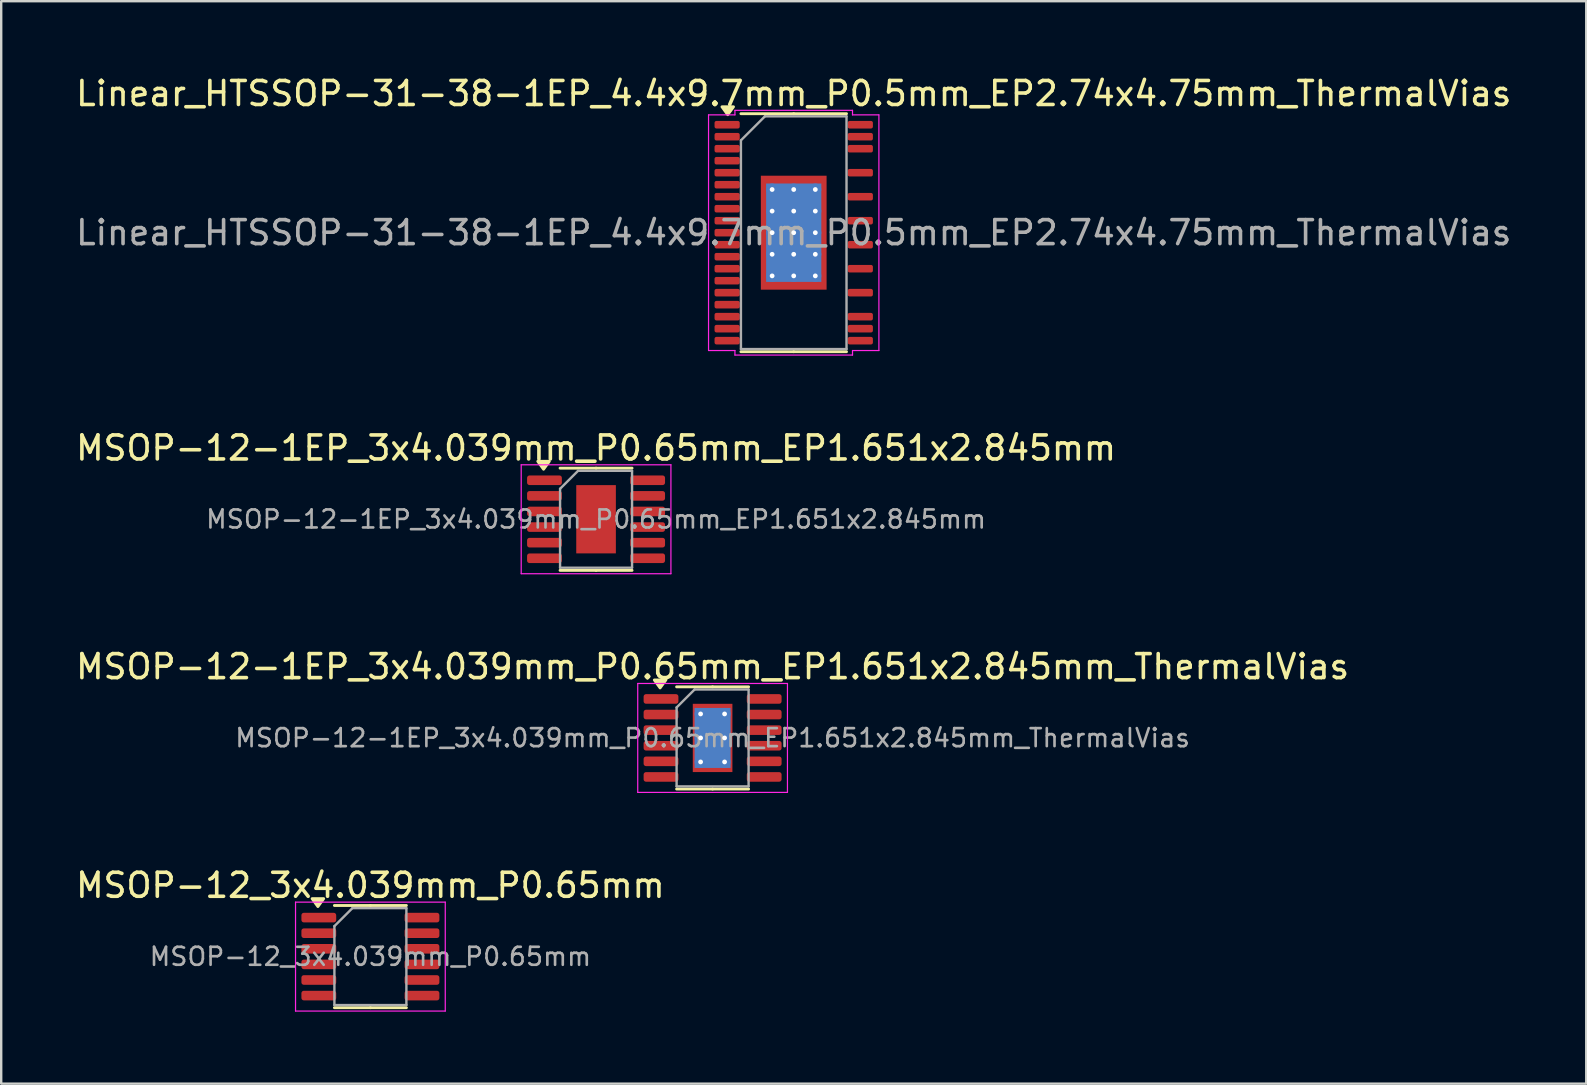
<source format=kicad_pcb>
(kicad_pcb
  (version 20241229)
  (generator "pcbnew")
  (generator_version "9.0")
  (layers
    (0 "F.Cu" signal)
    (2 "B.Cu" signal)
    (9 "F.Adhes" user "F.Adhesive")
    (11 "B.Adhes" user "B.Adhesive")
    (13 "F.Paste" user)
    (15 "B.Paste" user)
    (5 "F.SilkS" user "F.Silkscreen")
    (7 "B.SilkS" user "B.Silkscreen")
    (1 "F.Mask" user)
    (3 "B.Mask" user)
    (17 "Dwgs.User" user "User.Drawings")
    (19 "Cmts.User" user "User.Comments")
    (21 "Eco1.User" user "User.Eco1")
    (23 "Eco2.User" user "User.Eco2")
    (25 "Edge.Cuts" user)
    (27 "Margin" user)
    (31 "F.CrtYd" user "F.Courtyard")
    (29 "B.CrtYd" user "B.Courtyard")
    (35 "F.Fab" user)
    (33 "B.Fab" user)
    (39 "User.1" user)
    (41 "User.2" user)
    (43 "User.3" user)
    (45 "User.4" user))
  (footprint "MSOP-12_3x4.039mm_P0.65mm"
    (layer "F.Cu")
    (at 12.387 36.818)
    (property "Reference" "MSOP-12_3x4.039mm_P0.65mm" (at 0 -2.97 0) (layer "F.SilkS") (effects (font (size 1 1) (thickness 0.15))))
    (attr smd)
    (fp_line (start 0 -2.13) (end -1.5 -2.13) (stroke (width 0.12) (type solid)) (layer "F.SilkS"))
    (fp_line (start 0 -2.13) (end 1.5 -2.13) (stroke (width 0.12) (type solid)) (layer "F.SilkS"))
    (fp_line (start 0 2.13) (end -1.5 2.13) (stroke (width 0.12) (type solid)) (layer "F.SilkS"))
    (fp_line (start 0 2.13) (end 1.5 2.13) (stroke (width 0.12) (type solid)) (layer "F.SilkS"))
    (fp_poly (pts (xy -2.188 -2.085) (xy -2.428 -2.415) (xy -1.948 -2.415) (xy -2.188 -2.085)) (stroke (width 0.12) (type solid)) (fill yes) (layer "F.SilkS"))
    (fp_line (start -3.12 -2.27) (end -3.12 2.27) (stroke (width 0.05) (type solid)) (layer "F.CrtYd"))
    (fp_line (start -3.12 2.27) (end 3.12 2.27) (stroke (width 0.05) (type solid)) (layer "F.CrtYd"))
    (fp_line (start 3.12 -2.27) (end -3.12 -2.27) (stroke (width 0.05) (type solid)) (layer "F.CrtYd"))
    (fp_line (start 3.12 2.27) (end 3.12 -2.27) (stroke (width 0.05) (type solid)) (layer "F.CrtYd"))
    (fp_line (start -1.5 -1.27) (end -0.75 -2.019) (stroke (width 0.1) (type solid)) (layer "F.Fab"))
    (fp_line (start -1.5 2.019) (end -1.5 -1.27) (stroke (width 0.1) (type solid)) (layer "F.Fab"))
    (fp_line (start -0.75 -2.019) (end 1.5 -2.019) (stroke (width 0.1) (type solid)) (layer "F.Fab"))
    (fp_line (start 1.5 -2.019) (end 1.5 2.019) (stroke (width 0.1) (type solid)) (layer "F.Fab"))
    (fp_line (start 1.5 2.019) (end -1.5 2.019) (stroke (width 0.1) (type solid)) (layer "F.Fab"))
    (fp_text user "${REFERENCE}" (at 0 0 0) (layer "F.Fab") (effects (font (size 0.75 0.75) (thickness 0.11))))
    (pad "1" smd roundrect (at -2.15 -1.625) (size 1.45 0.4) (layers "F.Cu" "F.Mask" "F.Paste") (roundrect_rratio 0.25))
    (pad "2" smd roundrect (at -2.15 -0.975) (size 1.45 0.4) (layers "F.Cu" "F.Mask" "F.Paste") (roundrect_rratio 0.25))
    (pad "3" smd roundrect (at -2.15 -0.325) (size 1.45 0.4) (layers "F.Cu" "F.Mask" "F.Paste") (roundrect_rratio 0.25))
    (pad "4" smd roundrect (at -2.15 0.325) (size 1.45 0.4) (layers "F.Cu" "F.Mask" "F.Paste") (roundrect_rratio 0.25))
    (pad "5" smd roundrect (at -2.15 0.975) (size 1.45 0.4) (layers "F.Cu" "F.Mask" "F.Paste") (roundrect_rratio 0.25))
    (pad "6" smd roundrect (at -2.15 1.625) (size 1.45 0.4) (layers "F.Cu" "F.Mask" "F.Paste") (roundrect_rratio 0.25))
    (pad "7" smd roundrect (at 2.15 1.625) (size 1.45 0.4) (layers "F.Cu" "F.Mask" "F.Paste") (roundrect_rratio 0.25))
    (pad "8" smd roundrect (at 2.15 0.975) (size 1.45 0.4) (layers "F.Cu" "F.Mask" "F.Paste") (roundrect_rratio 0.25))
    (pad "9" smd roundrect (at 2.15 0.325) (size 1.45 0.4) (layers "F.Cu" "F.Mask" "F.Paste") (roundrect_rratio 0.25))
    (pad "10" smd roundrect (at 2.15 -0.325) (size 1.45 0.4) (layers "F.Cu" "F.Mask" "F.Paste") (roundrect_rratio 0.25))
    (pad "11" smd roundrect (at 2.15 -0.975) (size 1.45 0.4) (layers "F.Cu" "F.Mask" "F.Paste") (roundrect_rratio 0.25))
    (pad "12" smd roundrect (at 2.15 -1.625) (size 1.45 0.4) (layers "F.Cu" "F.Mask" "F.Paste") (roundrect_rratio 0.25)))
  (footprint "MSOP-12-1EP_3x4.039mm_P0.65mm_EP1.651x2.845mm"
    (layer "F.Cu")
    (at 21.792 18.591)
    (property "Reference" "MSOP-12-1EP_3x4.039mm_P0.65mm_EP1.651x2.845mm" (at 0 -2.97 0) (layer "F.SilkS") (effects (font (size 1 1) (thickness 0.15))))
    (attr smd)
    (fp_line (start 0 -2.13) (end -1.5 -2.13) (stroke (width 0.12) (type solid)) (layer "F.SilkS"))
    (fp_line (start 0 -2.13) (end 1.5 -2.13) (stroke (width 0.12) (type solid)) (layer "F.SilkS"))
    (fp_line (start 0 2.13) (end -1.5 2.13) (stroke (width 0.12) (type solid)) (layer "F.SilkS"))
    (fp_line (start 0 2.13) (end 1.5 2.13) (stroke (width 0.12) (type solid)) (layer "F.SilkS"))
    (fp_poly (pts (xy -2.188 -2.085) (xy -2.428 -2.415) (xy -1.948 -2.415) (xy -2.188 -2.085)) (stroke (width 0.12) (type solid)) (fill yes) (layer "F.SilkS"))
    (fp_line (start -3.12 -2.27) (end -3.12 2.27) (stroke (width 0.05) (type solid)) (layer "F.CrtYd"))
    (fp_line (start -3.12 2.27) (end 3.12 2.27) (stroke (width 0.05) (type solid)) (layer "F.CrtYd"))
    (fp_line (start 3.12 -2.27) (end -3.12 -2.27) (stroke (width 0.05) (type solid)) (layer "F.CrtYd"))
    (fp_line (start 3.12 2.27) (end 3.12 -2.27) (stroke (width 0.05) (type solid)) (layer "F.CrtYd"))
    (fp_line (start -1.5 -1.27) (end -0.75 -2.019) (stroke (width 0.1) (type solid)) (layer "F.Fab"))
    (fp_line (start -1.5 2.019) (end -1.5 -1.27) (stroke (width 0.1) (type solid)) (layer "F.Fab"))
    (fp_line (start -0.75 -2.019) (end 1.5 -2.019) (stroke (width 0.1) (type solid)) (layer "F.Fab"))
    (fp_line (start 1.5 -2.019) (end 1.5 2.019) (stroke (width 0.1) (type solid)) (layer "F.Fab"))
    (fp_line (start 1.5 2.019) (end -1.5 2.019) (stroke (width 0.1) (type solid)) (layer "F.Fab"))
    (fp_text user "${REFERENCE}" (at 0 0 0) (layer "F.Fab") (effects (font (size 0.75 0.75) (thickness 0.11))))
    (pad "" smd roundrect (at -0.415 -0.71) (size 0.67 1.15) (layers "F.Paste") (roundrect_rratio 0.25))
    (pad "" smd roundrect (at -0.415 0.71) (size 0.67 1.15) (layers "F.Paste") (roundrect_rratio 0.25))
    (pad "" smd roundrect (at 0.415 -0.71) (size 0.67 1.15) (layers "F.Paste") (roundrect_rratio 0.25))
    (pad "" smd roundrect (at 0.415 0.71) (size 0.67 1.15) (layers "F.Paste") (roundrect_rratio 0.25))
    (pad "1" smd roundrect (at -2.15 -1.625) (size 1.45 0.4) (layers "F.Cu" "F.Mask" "F.Paste") (roundrect_rratio 0.25))
    (pad "2" smd roundrect (at -2.15 -0.975) (size 1.45 0.4) (layers "F.Cu" "F.Mask" "F.Paste") (roundrect_rratio 0.25))
    (pad "3" smd roundrect (at -2.15 -0.325) (size 1.45 0.4) (layers "F.Cu" "F.Mask" "F.Paste") (roundrect_rratio 0.25))
    (pad "4" smd roundrect (at -2.15 0.325) (size 1.45 0.4) (layers "F.Cu" "F.Mask" "F.Paste") (roundrect_rratio 0.25))
    (pad "5" smd roundrect (at -2.15 0.975) (size 1.45 0.4) (layers "F.Cu" "F.Mask" "F.Paste") (roundrect_rratio 0.25))
    (pad "6" smd roundrect (at -2.15 1.625) (size 1.45 0.4) (layers "F.Cu" "F.Mask" "F.Paste") (roundrect_rratio 0.25))
    (pad "7" smd roundrect (at 2.15 1.625) (size 1.45 0.4) (layers "F.Cu" "F.Mask" "F.Paste") (roundrect_rratio 0.25))
    (pad "8" smd roundrect (at 2.15 0.975) (size 1.45 0.4) (layers "F.Cu" "F.Mask" "F.Paste") (roundrect_rratio 0.25))
    (pad "9" smd roundrect (at 2.15 0.325) (size 1.45 0.4) (layers "F.Cu" "F.Mask" "F.Paste") (roundrect_rratio 0.25))
    (pad "10" smd roundrect (at 2.15 -0.325) (size 1.45 0.4) (layers "F.Cu" "F.Mask" "F.Paste") (roundrect_rratio 0.25))
    (pad "11" smd roundrect (at 2.15 -0.975) (size 1.45 0.4) (layers "F.Cu" "F.Mask" "F.Paste") (roundrect_rratio 0.25))
    (pad "12" smd roundrect (at 2.15 -1.625) (size 1.45 0.4) (layers "F.Cu" "F.Mask" "F.Paste") (roundrect_rratio 0.25))
    (pad "13" smd rect (at 0 0) (size 1.651 2.845) (property pad_prop_heatsink) (layers "F.Cu" "F.Mask")))
  (footprint "MSOP-12-1EP_3x4.039mm_P0.65mm_EP1.651x2.845mm_ThermalVias"
    (layer "F.Cu")
    (at 26.649 27.705)
    (property "Reference" "MSOP-12-1EP_3x4.039mm_P0.65mm_EP1.651x2.845mm_ThermalVias" (at 0 -2.97 0) (layer "F.SilkS") (effects (font (size 1 1) (thickness 0.15))))
    (attr smd)
    (fp_line (start 0 -2.13) (end -1.5 -2.13) (stroke (width 0.12) (type solid)) (layer "F.SilkS"))
    (fp_line (start 0 -2.13) (end 1.5 -2.13) (stroke (width 0.12) (type solid)) (layer "F.SilkS"))
    (fp_line (start 0 2.13) (end -1.5 2.13) (stroke (width 0.12) (type solid)) (layer "F.SilkS"))
    (fp_line (start 0 2.13) (end 1.5 2.13) (stroke (width 0.12) (type solid)) (layer "F.SilkS"))
    (fp_poly (pts (xy -2.188 -2.085) (xy -2.428 -2.415) (xy -1.948 -2.415) (xy -2.188 -2.085)) (stroke (width 0.12) (type solid)) (fill yes) (layer "F.SilkS"))
    (fp_line (start -3.12 -2.27) (end -3.12 2.27) (stroke (width 0.05) (type solid)) (layer "F.CrtYd"))
    (fp_line (start -3.12 2.27) (end 3.12 2.27) (stroke (width 0.05) (type solid)) (layer "F.CrtYd"))
    (fp_line (start 3.12 -2.27) (end -3.12 -2.27) (stroke (width 0.05) (type solid)) (layer "F.CrtYd"))
    (fp_line (start 3.12 2.27) (end 3.12 -2.27) (stroke (width 0.05) (type solid)) (layer "F.CrtYd"))
    (fp_line (start -1.5 -1.27) (end -0.75 -2.019) (stroke (width 0.1) (type solid)) (layer "F.Fab"))
    (fp_line (start -1.5 2.019) (end -1.5 -1.27) (stroke (width 0.1) (type solid)) (layer "F.Fab"))
    (fp_line (start -0.75 -2.019) (end 1.5 -2.019) (stroke (width 0.1) (type solid)) (layer "F.Fab"))
    (fp_line (start 1.5 -2.019) (end 1.5 2.019) (stroke (width 0.1) (type solid)) (layer "F.Fab"))
    (fp_line (start 1.5 2.019) (end -1.5 2.019) (stroke (width 0.1) (type solid)) (layer "F.Fab"))
    (fp_text user "${REFERENCE}" (at 0 0 0) (layer "F.Fab") (effects (font (size 0.75 0.75) (thickness 0.11))))
    (pad "" smd roundrect (at -0.415 -0.71) (size 0.69 1.19) (layers "F.Paste") (roundrect_rratio 0.25))
    (pad "" smd roundrect (at -0.415 0.71) (size 0.69 1.19) (layers "F.Paste") (roundrect_rratio 0.25))
    (pad "" smd roundrect (at 0.415 -0.71) (size 0.69 1.19) (layers "F.Paste") (roundrect_rratio 0.25))
    (pad "" smd roundrect (at 0.415 0.71) (size 0.69 1.19) (layers "F.Paste") (roundrect_rratio 0.25))
    (pad "1" smd roundrect (at -2.15 -1.625) (size 1.45 0.4) (layers "F.Cu" "F.Mask" "F.Paste") (roundrect_rratio 0.25))
    (pad "2" smd roundrect (at -2.15 -0.975) (size 1.45 0.4) (layers "F.Cu" "F.Mask" "F.Paste") (roundrect_rratio 0.25))
    (pad "3" smd roundrect (at -2.15 -0.325) (size 1.45 0.4) (layers "F.Cu" "F.Mask" "F.Paste") (roundrect_rratio 0.25))
    (pad "4" smd roundrect (at -2.15 0.325) (size 1.45 0.4) (layers "F.Cu" "F.Mask" "F.Paste") (roundrect_rratio 0.25))
    (pad "5" smd roundrect (at -2.15 0.975) (size 1.45 0.4) (layers "F.Cu" "F.Mask" "F.Paste") (roundrect_rratio 0.25))
    (pad "6" smd roundrect (at -2.15 1.625) (size 1.45 0.4) (layers "F.Cu" "F.Mask" "F.Paste") (roundrect_rratio 0.25))
    (pad "7" smd roundrect (at 2.15 1.625) (size 1.45 0.4) (layers "F.Cu" "F.Mask" "F.Paste") (roundrect_rratio 0.25))
    (pad "8" smd roundrect (at 2.15 0.975) (size 1.45 0.4) (layers "F.Cu" "F.Mask" "F.Paste") (roundrect_rratio 0.25))
    (pad "9" smd roundrect (at 2.15 0.325) (size 1.45 0.4) (layers "F.Cu" "F.Mask" "F.Paste") (roundrect_rratio 0.25))
    (pad "10" smd roundrect (at 2.15 -0.325) (size 1.45 0.4) (layers "F.Cu" "F.Mask" "F.Paste") (roundrect_rratio 0.25))
    (pad "11" smd roundrect (at 2.15 -0.975) (size 1.45 0.4) (layers "F.Cu" "F.Mask" "F.Paste") (roundrect_rratio 0.25))
    (pad "12" smd roundrect (at 2.15 -1.625) (size 1.45 0.4) (layers "F.Cu" "F.Mask" "F.Paste") (roundrect_rratio 0.25))
    (pad "13" thru_hole circle (at -0.5 -1) (size 0.5 0.5) (drill 0.2) (property pad_prop_heatsink) (layers "*.Cu"))
    (pad "13" thru_hole circle (at -0.5 0) (size 0.5 0.5) (drill 0.2) (property pad_prop_heatsink) (layers "*.Cu"))
    (pad "13" thru_hole circle (at -0.5 1) (size 0.5 0.5) (drill 0.2) (property pad_prop_heatsink) (layers "*.Cu"))
    (pad "13" smd rect (at 0 0) (size 1.5 2.5) (property pad_prop_heatsink) (layers "B.Cu"))
    (pad "13" smd rect (at 0 0) (size 1.651 2.845) (property pad_prop_heatsink) (layers "F.Cu" "F.Mask"))
    (pad "13" thru_hole circle (at 0.5 -1) (size 0.5 0.5) (drill 0.2) (property pad_prop_heatsink) (layers "*.Cu"))
    (pad "13" thru_hole circle (at 0.5 0) (size 0.5 0.5) (drill 0.2) (property pad_prop_heatsink) (layers "*.Cu"))
    (pad "13" thru_hole circle (at 0.5 1) (size 0.5 0.5) (drill 0.2) (property pad_prop_heatsink) (layers "*.Cu")))
  (footprint "Linear_HTSSOP-31-38-1EP_4.4x9.7mm_P0.5mm_EP2.74x4.75mm_ThermalVias"
    (layer "F.Cu")
    (at 30.03 6.648)
    (property "Reference" "Linear_HTSSOP-31-38-1EP_4.4x9.7mm_P0.5mm_EP2.74x4.75mm_ThermalVias" (at 0 -5.8 0) (layer "F.SilkS") (effects (font (size 1 1) (thickness 0.15))))
    (attr smd)
    (fp_line (start 0 -4.96) (end -2.2 -4.96) (stroke (width 0.12) (type solid)) (layer "F.SilkS"))
    (fp_line (start 0 -4.96) (end 2.2 -4.96) (stroke (width 0.12) (type solid)) (layer "F.SilkS"))
    (fp_line (start 0 4.96) (end -2.2 4.96) (stroke (width 0.12) (type solid)) (layer "F.SilkS"))
    (fp_line (start 0 4.96) (end 2.2 4.96) (stroke (width 0.12) (type solid)) (layer "F.SilkS"))
    (fp_poly (pts (xy -2.75 -4.918) (xy -2.99 -5.247) (xy -2.51 -5.247)) (stroke (width 0.12) (type solid)) (fill yes) (layer "F.SilkS"))
    (fp_line (start -3.55 -4.91) (end -2.45 -4.91) (stroke (width 0.05) (type solid)) (layer "F.CrtYd"))
    (fp_line (start -3.55 4.91) (end -3.55 -4.91) (stroke (width 0.05) (type solid)) (layer "F.CrtYd"))
    (fp_line (start -2.45 -5.1) (end 2.45 -5.1) (stroke (width 0.05) (type solid)) (layer "F.CrtYd"))
    (fp_line (start -2.45 -4.91) (end -2.45 -5.1) (stroke (width 0.05) (type solid)) (layer "F.CrtYd"))
    (fp_line (start -2.45 4.91) (end -3.55 4.91) (stroke (width 0.05) (type solid)) (layer "F.CrtYd"))
    (fp_line (start -2.45 5.1) (end -2.45 4.91) (stroke (width 0.05) (type solid)) (layer "F.CrtYd"))
    (fp_line (start 2.45 -5.1) (end 2.45 -4.91) (stroke (width 0.05) (type solid)) (layer "F.CrtYd"))
    (fp_line (start 2.45 -4.91) (end 3.55 -4.91) (stroke (width 0.05) (type solid)) (layer "F.CrtYd"))
    (fp_line (start 2.45 4.91) (end 2.45 5.1) (stroke (width 0.05) (type solid)) (layer "F.CrtYd"))
    (fp_line (start 2.45 5.1) (end -2.45 5.1) (stroke (width 0.05) (type solid)) (layer "F.CrtYd"))
    (fp_line (start 3.55 -4.91) (end 3.55 4.91) (stroke (width 0.05) (type solid)) (layer "F.CrtYd"))
    (fp_line (start 3.55 4.91) (end 2.45 4.91) (stroke (width 0.05) (type solid)) (layer "F.CrtYd"))
    (fp_line (start -2.2 -3.85) (end -1.2 -4.85) (stroke (width 0.1) (type solid)) (layer "F.Fab"))
    (fp_line (start -2.2 4.85) (end -2.2 -3.85) (stroke (width 0.1) (type solid)) (layer "F.Fab"))
    (fp_line (start -1.2 -4.85) (end 2.2 -4.85) (stroke (width 0.1) (type solid)) (layer "F.Fab"))
    (fp_line (start 2.2 -4.85) (end 2.2 4.85) (stroke (width 0.1) (type solid)) (layer "F.Fab"))
    (fp_line (start 2.2 4.85) (end -2.2 4.85) (stroke (width 0.1) (type solid)) (layer "F.Fab"))
    (fp_text user "${REFERENCE}" (at 0 0 0) (layer "F.Fab") (effects (font (size 1 1) (thickness 0.15))))
    (pad "" smd roundrect (at -0.685 -1.58) (size 1.1 1.28) (layers "F.Paste") (roundrect_rratio 0.227))
    (pad "" smd roundrect (at -0.685 0) (size 1.1 1.28) (layers "F.Paste") (roundrect_rratio 0.227))
    (pad "" smd roundrect (at -0.685 1.58) (size 1.1 1.28) (layers "F.Paste") (roundrect_rratio 0.227))
    (pad "" smd roundrect (at 0.685 -1.58) (size 1.1 1.28) (layers "F.Paste") (roundrect_rratio 0.227))
    (pad "" smd roundrect (at 0.685 0) (size 1.1 1.28) (layers "F.Paste") (roundrect_rratio 0.227))
    (pad "" smd roundrect (at 0.685 1.58) (size 1.1 1.28) (layers "F.Paste") (roundrect_rratio 0.227))
    (pad "1" smd roundrect (at -2.775 -4.5) (size 1.05 0.315) (layers "F.Cu" "F.Mask" "F.Paste") (roundrect_rratio 0.25))
    (pad "2" smd roundrect (at -2.775 -4) (size 1.05 0.315) (layers "F.Cu" "F.Mask" "F.Paste") (roundrect_rratio 0.25))
    (pad "3" smd roundrect (at -2.775 -3.5) (size 1.05 0.315) (layers "F.Cu" "F.Mask" "F.Paste") (roundrect_rratio 0.25))
    (pad "4" smd roundrect (at -2.775 -3) (size 1.05 0.315) (layers "F.Cu" "F.Mask" "F.Paste") (roundrect_rratio 0.25))
    (pad "5" smd roundrect (at -2.775 -2.5) (size 1.05 0.315) (layers "F.Cu" "F.Mask" "F.Paste") (roundrect_rratio 0.25))
    (pad "6" smd roundrect (at -2.775 -2) (size 1.05 0.315) (layers "F.Cu" "F.Mask" "F.Paste") (roundrect_rratio 0.25))
    (pad "7" smd roundrect (at -2.775 -1.5) (size 1.05 0.315) (layers "F.Cu" "F.Mask" "F.Paste") (roundrect_rratio 0.25))
    (pad "8" smd roundrect (at -2.775 -1) (size 1.05 0.315) (layers "F.Cu" "F.Mask" "F.Paste") (roundrect_rratio 0.25))
    (pad "9" smd roundrect (at -2.775 -0.5) (size 1.05 0.315) (layers "F.Cu" "F.Mask" "F.Paste") (roundrect_rratio 0.25))
    (pad "10" smd roundrect (at -2.775 0) (size 1.05 0.315) (layers "F.Cu" "F.Mask" "F.Paste") (roundrect_rratio 0.25))
    (pad "11" smd roundrect (at -2.775 0.5) (size 1.05 0.315) (layers "F.Cu" "F.Mask" "F.Paste") (roundrect_rratio 0.25))
    (pad "12" smd roundrect (at -2.775 1) (size 1.05 0.315) (layers "F.Cu" "F.Mask" "F.Paste") (roundrect_rratio 0.25))
    (pad "13" smd roundrect (at -2.775 1.5) (size 1.05 0.315) (layers "F.Cu" "F.Mask" "F.Paste") (roundrect_rratio 0.25))
    (pad "14" smd roundrect (at -2.775 2) (size 1.05 0.315) (layers "F.Cu" "F.Mask" "F.Paste") (roundrect_rratio 0.25))
    (pad "15" smd roundrect (at -2.775 2.5) (size 1.05 0.315) (layers "F.Cu" "F.Mask" "F.Paste") (roundrect_rratio 0.25))
    (pad "16" smd roundrect (at -2.775 3) (size 1.05 0.315) (layers "F.Cu" "F.Mask" "F.Paste") (roundrect_rratio 0.25))
    (pad "17" smd roundrect (at -2.775 3.5) (size 1.05 0.315) (layers "F.Cu" "F.Mask" "F.Paste") (roundrect_rratio 0.25))
    (pad "18" smd roundrect (at -2.775 4) (size 1.05 0.315) (layers "F.Cu" "F.Mask" "F.Paste") (roundrect_rratio 0.25))
    (pad "19" smd roundrect (at -2.775 4.5) (size 1.05 0.315) (layers "F.Cu" "F.Mask" "F.Paste") (roundrect_rratio 0.25))
    (pad "20" smd roundrect (at 2.775 4.5) (size 1.05 0.315) (layers "F.Cu" "F.Mask" "F.Paste") (roundrect_rratio 0.25))
    (pad "21" smd roundrect (at 2.775 4) (size 1.05 0.315) (layers "F.Cu" "F.Mask" "F.Paste") (roundrect_rratio 0.25))
    (pad "22" smd roundrect (at 2.775 3.5) (size 1.05 0.315) (layers "F.Cu" "F.Mask" "F.Paste") (roundrect_rratio 0.25))
    (pad "24" smd roundrect (at 2.775 2.5) (size 1.05 0.315) (layers "F.Cu" "F.Mask" "F.Paste") (roundrect_rratio 0.25))
    (pad "26" smd roundrect (at 2.775 1.5) (size 1.05 0.315) (layers "F.Cu" "F.Mask" "F.Paste") (roundrect_rratio 0.25))
    (pad "28" smd roundrect (at 2.775 0.5) (size 1.05 0.315) (layers "F.Cu" "F.Mask" "F.Paste") (roundrect_rratio 0.25))
    (pad "30" smd roundrect (at 2.775 -0.5) (size 1.05 0.315) (layers "F.Cu" "F.Mask" "F.Paste") (roundrect_rratio 0.25))
    (pad "32" smd roundrect (at 2.775 -1.5) (size 1.05 0.315) (layers "F.Cu" "F.Mask" "F.Paste") (roundrect_rratio 0.25))
    (pad "34" smd roundrect (at 2.775 -2.5) (size 1.05 0.315) (layers "F.Cu" "F.Mask" "F.Paste") (roundrect_rratio 0.25))
    (pad "36" smd roundrect (at 2.775 -3.5) (size 1.05 0.315) (layers "F.Cu" "F.Mask" "F.Paste") (roundrect_rratio 0.25))
    (pad "37" smd roundrect (at 2.775 -4) (size 1.05 0.315) (layers "F.Cu" "F.Mask" "F.Paste") (roundrect_rratio 0.25))
    (pad "38" smd roundrect (at 2.775 -4.5) (size 1.05 0.315) (layers "F.Cu" "F.Mask" "F.Paste") (roundrect_rratio 0.25))
    (pad "39" thru_hole circle (at -0.9 -1.8) (size 0.5 0.5) (drill 0.2) (property pad_prop_heatsink) (layers "*.Cu"))
    (pad "39" thru_hole circle (at -0.9 -0.9) (size 0.5 0.5) (drill 0.2) (property pad_prop_heatsink) (layers "*.Cu"))
    (pad "39" thru_hole circle (at -0.9 0) (size 0.5 0.5) (drill 0.2) (property pad_prop_heatsink) (layers "*.Cu"))
    (pad "39" thru_hole circle (at -0.9 0.9) (size 0.5 0.5) (drill 0.2) (property pad_prop_heatsink) (layers "*.Cu"))
    (pad "39" thru_hole circle (at -0.9 1.8) (size 0.5 0.5) (drill 0.2) (property pad_prop_heatsink) (layers "*.Cu"))
    (pad "39" thru_hole circle (at 0 -1.8) (size 0.5 0.5) (drill 0.2) (property pad_prop_heatsink) (layers "*.Cu"))
    (pad "39" thru_hole circle (at 0 -0.9) (size 0.5 0.5) (drill 0.2) (property pad_prop_heatsink) (layers "*.Cu"))
    (pad "39" thru_hole circle (at 0 0) (size 0.5 0.5) (drill 0.2) (property pad_prop_heatsink) (layers "*.Cu"))
    (pad "39" smd rect (at 0 0) (size 2.3 4.1) (property pad_prop_heatsink) (layers "B.Cu"))
    (pad "39" smd rect (at 0 0) (size 2.74 4.75) (property pad_prop_heatsink) (layers "F.Cu" "F.Mask"))
    (pad "39" thru_hole circle (at 0 0.9) (size 0.5 0.5) (drill 0.2) (property pad_prop_heatsink) (layers "*.Cu"))
    (pad "39" thru_hole circle (at 0 1.8) (size 0.5 0.5) (drill 0.2) (property pad_prop_heatsink) (layers "*.Cu"))
    (pad "39" thru_hole circle (at 0.9 -1.8) (size 0.5 0.5) (drill 0.2) (property pad_prop_heatsink) (layers "*.Cu"))
    (pad "39" thru_hole circle (at 0.9 -0.9) (size 0.5 0.5) (drill 0.2) (property pad_prop_heatsink) (layers "*.Cu"))
    (pad "39" thru_hole circle (at 0.9 0) (size 0.5 0.5) (drill 0.2) (property pad_prop_heatsink) (layers "*.Cu"))
    (pad "39" thru_hole circle (at 0.9 0.9) (size 0.5 0.5) (drill 0.2) (property pad_prop_heatsink) (layers "*.Cu"))
    (pad "39" thru_hole circle (at 0.9 1.8) (size 0.5 0.5) (drill 0.2) (property pad_prop_heatsink) (layers "*.Cu")))
  (gr_rect
    (start -3 -3)
    (end 63.06 42.113)
    (stroke (width 0.1) (type default))
    (fill no)
    (layer "Edge.Cuts")))
</source>
